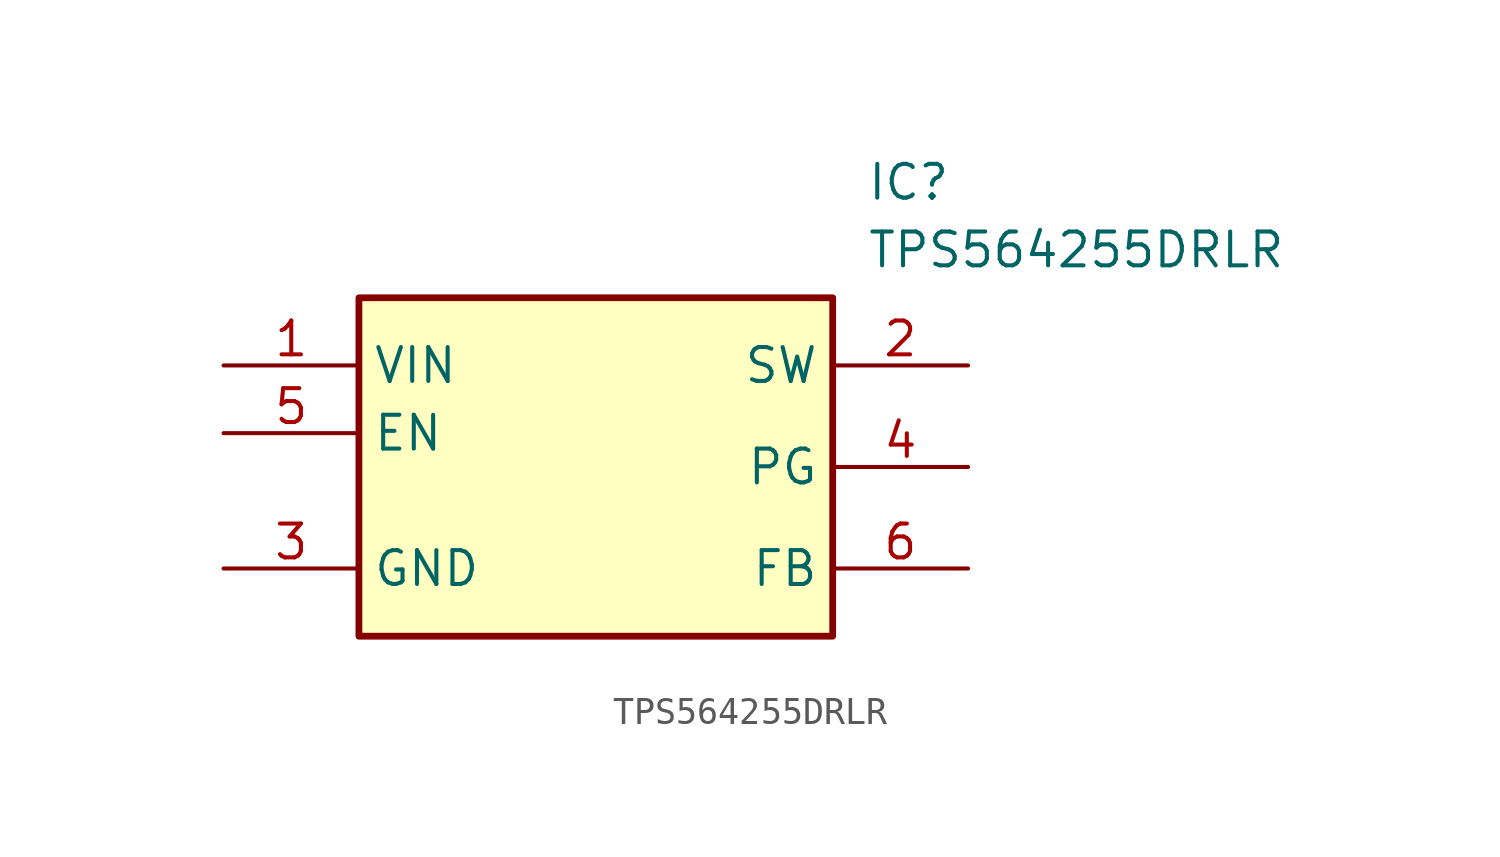
<source format=kicad_sym>
(kicad_symbol_lib
  (version 20220914)
  (generator kicad_symbol_editor)
  (symbol "TPS564255DRLR"
    (property "Reference" "IC"
      (at 24.13 7.62 0)
      (effects (font (size 1.27 1.27)) (justify left top)))
    (property "Value" "TPS564255DRLR"
      (at 24.13 5.08 0)
      (effects (font (size 1.27 1.27)) (justify left top)))
    (symbol "TPS564255DRLR_1_1"
      (rectangle (start 5.08 2.54) (end 22.86 -10.16) (stroke (width 0.254) (type default)) (fill (type background)))
      (pin passive line (at 0 0 0) (length 5.08) (name "VIN" (effects (font (size 1.27 1.27)))) (number "1" (effects (font (size 1.27 1.27)))))
      (pin passive line (at 27.94 0 180) (length 5.08) (name "SW" (effects (font (size 1.27 1.27)))) (number "2" (effects (font (size 1.27 1.27)))))
      (pin passive line (at 0 -7.62 0) (length 5.08) (name "GND" (effects (font (size 1.27 1.27)))) (number "3" (effects (font (size 1.27 1.27)))))
      (pin passive line (at 27.94 -3.81 180) (length 5.08) (name "PG" (effects (font (size 1.27 1.27)))) (number "4" (effects (font (size 1.27 1.27)))))
      (pin passive line (at 0 -2.54 0) (length 5.08) (name "EN" (effects (font (size 1.27 1.27)))) (number "5" (effects (font (size 1.27 1.27)))))
      (pin passive line (at 27.94 -7.62 180) (length 5.08) (name "FB" (effects (font (size 1.27 1.27)))) (number "6" (effects (font (size 1.27 1.27))))))))
</source>
